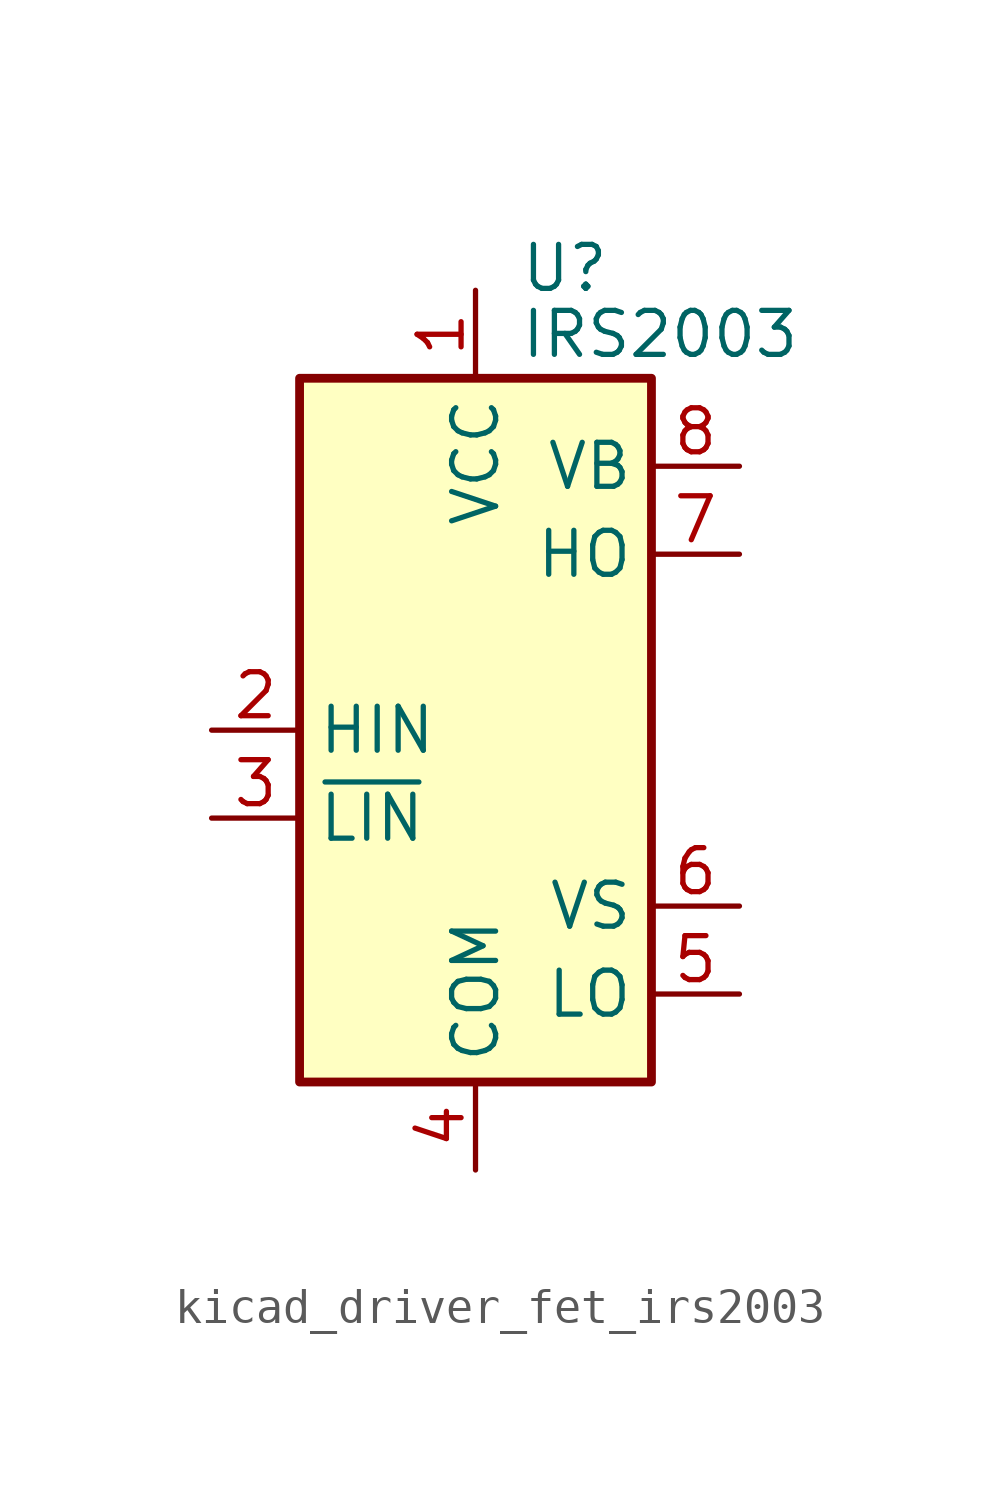
<source format=kicad_sym>
(kicad_symbol_lib
  (version 20220914)
  (generator kicad_symbol_editor)
  (symbol "kicad_driver_fet_irs2003"
    (property "Reference" "U"
      (at 1.27 13.335 0)
      (effects (font (size 1.27 1.27)) (justify left)))
    (property "Value" "IRS2003"
      (at 1.27 11.43 0)
      (effects (font (size 1.27 1.27)) (justify left)))
    (symbol "kicad_driver_fet_irs2003_0_1"
      (rectangle (start -5.08 -10.16) (end 5.08 10.16) (stroke (width 0.254) (type default)) (fill (type background))))
    (symbol "kicad_driver_fet_irs2003_1_1"
      (pin power_in line (at 0 12.7 270) (length 2.54) (name "VCC" (effects (font (size 1.27 1.27)))) (number "1" (effects (font (size 1.27 1.27)))))
      (pin input line (at -7.62 0 0) (length 2.54) (name "HIN" (effects (font (size 1.27 1.27)))) (number "2" (effects (font (size 1.27 1.27)))))
      (pin input line (at -7.62 -2.54 0) (length 2.54) (name "~{LIN}" (effects (font (size 1.27 1.27)))) (number "3" (effects (font (size 1.27 1.27)))))
      (pin power_in line (at 0 -12.7 90) (length 2.54) (name "COM" (effects (font (size 1.27 1.27)))) (number "4" (effects (font (size 1.27 1.27)))))
      (pin output line (at 7.62 -7.62 180) (length 2.54) (name "LO" (effects (font (size 1.27 1.27)))) (number "5" (effects (font (size 1.27 1.27)))))
      (pin passive line (at 7.62 -5.08 180) (length 2.54) (name "VS" (effects (font (size 1.27 1.27)))) (number "6" (effects (font (size 1.27 1.27)))))
      (pin output line (at 7.62 5.08 180) (length 2.54) (name "HO" (effects (font (size 1.27 1.27)))) (number "7" (effects (font (size 1.27 1.27)))))
      (pin passive line (at 7.62 7.62 180) (length 2.54) (name "VB" (effects (font (size 1.27 1.27)))) (number "8" (effects (font (size 1.27 1.27))))))))
</source>
